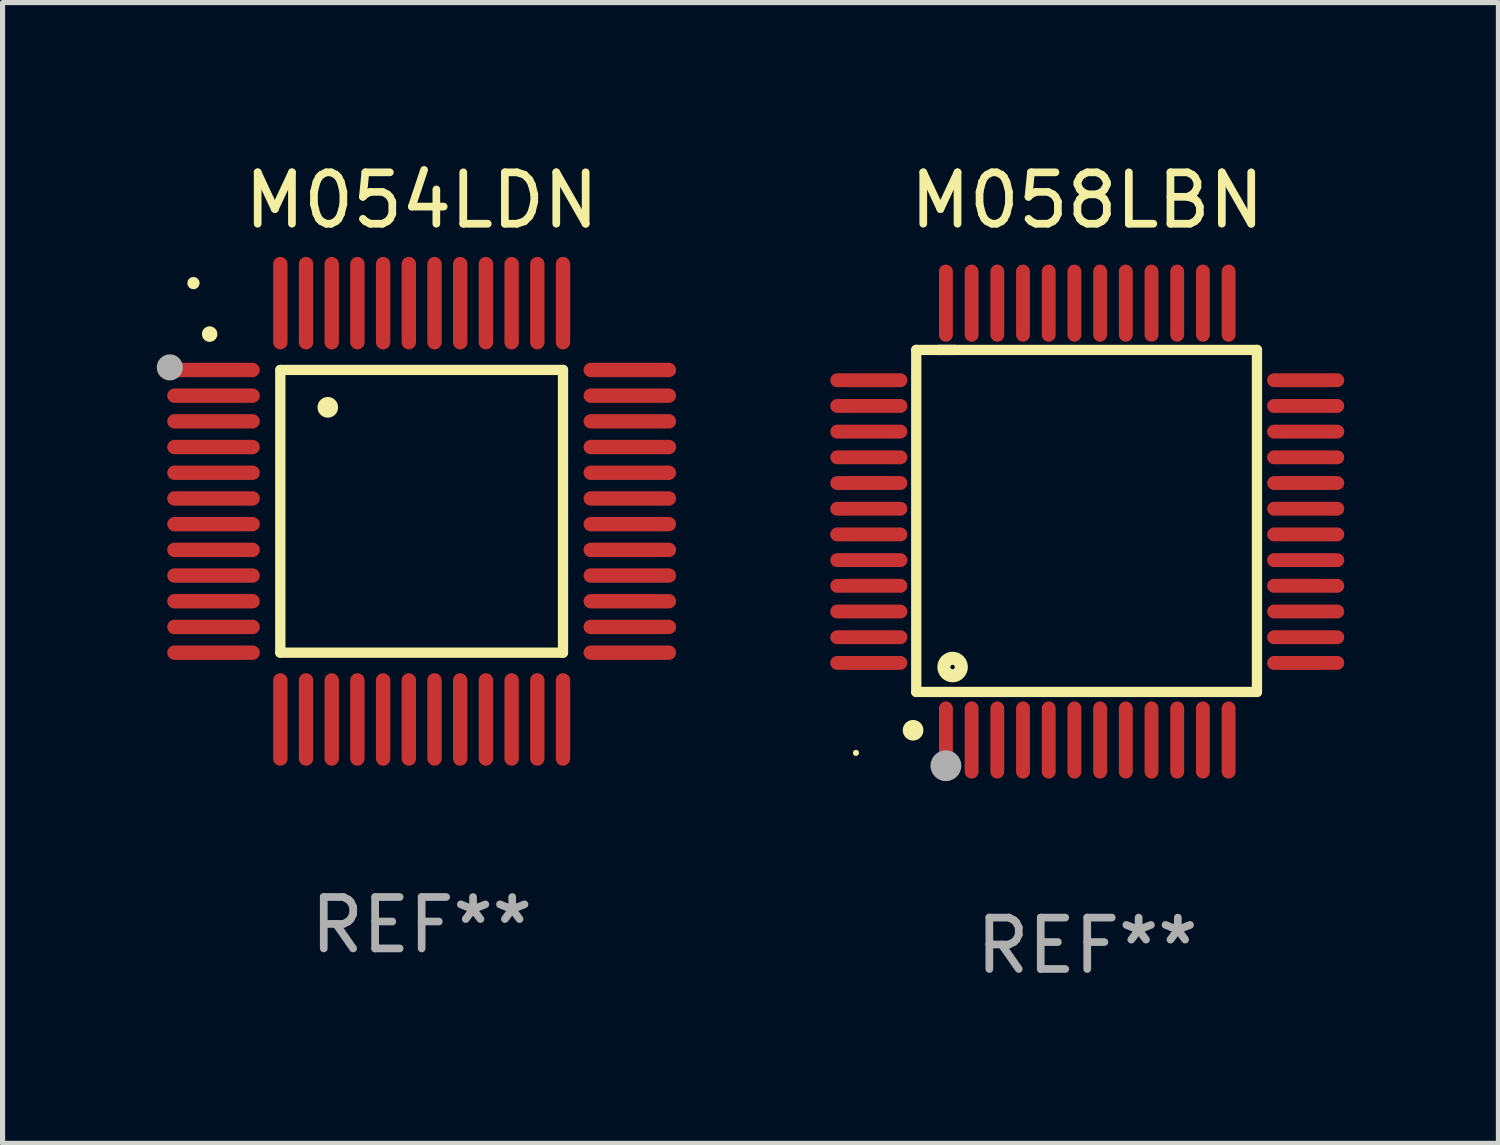
<source format=kicad_pcb>
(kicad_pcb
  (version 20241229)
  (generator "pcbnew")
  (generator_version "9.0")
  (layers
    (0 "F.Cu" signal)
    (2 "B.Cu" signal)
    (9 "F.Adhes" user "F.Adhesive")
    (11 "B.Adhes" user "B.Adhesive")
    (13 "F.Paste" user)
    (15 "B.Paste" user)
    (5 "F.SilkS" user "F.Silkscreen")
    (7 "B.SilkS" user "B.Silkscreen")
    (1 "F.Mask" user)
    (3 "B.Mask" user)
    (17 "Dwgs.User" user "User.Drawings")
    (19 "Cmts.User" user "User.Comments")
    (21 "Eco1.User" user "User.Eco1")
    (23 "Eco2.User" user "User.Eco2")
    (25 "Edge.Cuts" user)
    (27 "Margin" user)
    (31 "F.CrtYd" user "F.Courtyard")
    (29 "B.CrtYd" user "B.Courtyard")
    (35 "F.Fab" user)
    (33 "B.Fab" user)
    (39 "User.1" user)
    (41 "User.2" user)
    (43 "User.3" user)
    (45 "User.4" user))
  (footprint "M058LBN"
    (layer "F.Cu")
    (at 18.104 7.098)
    (property "Reference" "M058LBN" (at 0 -6.25 0) (layer "F.SilkS") (effects (font (size 1 1) (thickness 0.15))))
    (attr through_hole)
    (fp_line (start -3.327 -3.34) (end -2.565 -3.34) (stroke (width 0.2) (type solid)) (layer "F.SilkS"))
    (fp_line (start -3.327 3.315) (end -3.327 -3.34) (stroke (width 0.2) (type solid)) (layer "F.SilkS"))
    (fp_line (start -2.896 -3.34) (end 3.302 -3.34) (stroke (width 0.2) (type solid)) (layer "F.SilkS"))
    (fp_line (start 3.302 -3.34) (end 3.302 3.315) (stroke (width 0.2) (type solid)) (layer "F.SilkS"))
    (fp_line (start 3.302 3.315) (end -3.327 3.315) (stroke (width 0.2) (type solid)) (layer "F.SilkS"))
    (fp_arc (start -3.389992 4.059995) (mid -3.388722 4.059991) (end -3.387452 4.059995) (stroke (width 0.4) (type solid)) (layer "F.SilkS"))
    (fp_circle (center -4.5 4.5) (end -4.47 4.5) (stroke (width 0.06) (type solid)) (fill no) (layer "F.SilkS"))
    (fp_circle (center -2.62 2.83) (end -2.45 2.83) (stroke (width 0.254) (type solid)) (fill no) (layer "F.SilkS"))
    (fp_circle (center -2.75 4.75) (end -2.6 4.75) (stroke (width 0.3) (type solid)) (fill no) (layer "F.Fab"))
    (fp_text user "REF**" (at 0 8.25 0) (layer "F.Fab") (effects (font (size 1 1) (thickness 0.15))))
    (pad "1" smd oval (at -2.75 4.25) (size 0.27 1.5) (layers "F.Cu" "F.Mask" "F.Paste"))
    (pad "2" smd oval (at -2.25 4.25) (size 0.27 1.5) (layers "F.Cu" "F.Mask" "F.Paste"))
    (pad "3" smd oval (at -1.75 4.25) (size 0.27 1.5) (layers "F.Cu" "F.Mask" "F.Paste"))
    (pad "4" smd oval (at -1.25 4.25) (size 0.27 1.5) (layers "F.Cu" "F.Mask" "F.Paste"))
    (pad "5" smd oval (at -0.75 4.25) (size 0.27 1.5) (layers "F.Cu" "F.Mask" "F.Paste"))
    (pad "6" smd oval (at -0.25 4.25) (size 0.27 1.5) (layers "F.Cu" "F.Mask" "F.Paste"))
    (pad "7" smd oval (at 0.25 4.25) (size 0.27 1.5) (layers "F.Cu" "F.Mask" "F.Paste"))
    (pad "8" smd oval (at 0.75 4.25) (size 0.27 1.5) (layers "F.Cu" "F.Mask" "F.Paste"))
    (pad "9" smd oval (at 1.25 4.25) (size 0.27 1.5) (layers "F.Cu" "F.Mask" "F.Paste"))
    (pad "10" smd oval (at 1.75 4.25) (size 0.27 1.5) (layers "F.Cu" "F.Mask" "F.Paste"))
    (pad "11" smd oval (at 2.25 4.25) (size 0.27 1.5) (layers "F.Cu" "F.Mask" "F.Paste"))
    (pad "12" smd oval (at 2.75 4.25) (size 0.27 1.5) (layers "F.Cu" "F.Mask" "F.Paste"))
    (pad "13" smd oval (at 4.25 2.75) (size 1.5 0.27) (layers "F.Cu" "F.Mask" "F.Paste"))
    (pad "14" smd oval (at 4.25 2.25) (size 1.5 0.27) (layers "F.Cu" "F.Mask" "F.Paste"))
    (pad "15" smd oval (at 4.25 1.75) (size 1.5 0.27) (layers "F.Cu" "F.Mask" "F.Paste"))
    (pad "16" smd oval (at 4.25 1.25) (size 1.5 0.27) (layers "F.Cu" "F.Mask" "F.Paste"))
    (pad "17" smd oval (at 4.25 0.75) (size 1.5 0.27) (layers "F.Cu" "F.Mask" "F.Paste"))
    (pad "18" smd oval (at 4.25 0.25) (size 1.5 0.27) (layers "F.Cu" "F.Mask" "F.Paste"))
    (pad "19" smd oval (at 4.25 -0.25) (size 1.5 0.27) (layers "F.Cu" "F.Mask" "F.Paste"))
    (pad "20" smd oval (at 4.25 -0.75) (size 1.5 0.27) (layers "F.Cu" "F.Mask" "F.Paste"))
    (pad "21" smd oval (at 4.25 -1.25) (size 1.5 0.27) (layers "F.Cu" "F.Mask" "F.Paste"))
    (pad "22" smd oval (at 4.25 -1.75) (size 1.5 0.27) (layers "F.Cu" "F.Mask" "F.Paste"))
    (pad "23" smd oval (at 4.25 -2.25) (size 1.5 0.27) (layers "F.Cu" "F.Mask" "F.Paste"))
    (pad "24" smd oval (at 4.25 -2.75) (size 1.5 0.27) (layers "F.Cu" "F.Mask" "F.Paste"))
    (pad "25" smd oval (at 2.75 -4.25) (size 0.27 1.5) (layers "F.Cu" "F.Mask" "F.Paste"))
    (pad "26" smd oval (at 2.25 -4.25) (size 0.27 1.5) (layers "F.Cu" "F.Mask" "F.Paste"))
    (pad "27" smd oval (at 1.75 -4.25) (size 0.27 1.5) (layers "F.Cu" "F.Mask" "F.Paste"))
    (pad "28" smd oval (at 1.25 -4.25) (size 0.27 1.5) (layers "F.Cu" "F.Mask" "F.Paste"))
    (pad "29" smd oval (at 0.75 -4.25) (size 0.27 1.5) (layers "F.Cu" "F.Mask" "F.Paste"))
    (pad "30" smd oval (at 0.25 -4.25) (size 0.27 1.5) (layers "F.Cu" "F.Mask" "F.Paste"))
    (pad "31" smd oval (at -0.25 -4.25) (size 0.27 1.5) (layers "F.Cu" "F.Mask" "F.Paste"))
    (pad "32" smd oval (at -0.75 -4.25) (size 0.27 1.5) (layers "F.Cu" "F.Mask" "F.Paste"))
    (pad "33" smd oval (at -1.25 -4.25) (size 0.27 1.5) (layers "F.Cu" "F.Mask" "F.Paste"))
    (pad "34" smd oval (at -1.75 -4.25) (size 0.27 1.5) (layers "F.Cu" "F.Mask" "F.Paste"))
    (pad "35" smd oval (at -2.25 -4.25) (size 0.27 1.5) (layers "F.Cu" "F.Mask" "F.Paste"))
    (pad "36" smd oval (at -2.75 -4.25) (size 0.27 1.5) (layers "F.Cu" "F.Mask" "F.Paste"))
    (pad "37" smd oval (at -4.25 -2.75) (size 1.5 0.27) (layers "F.Cu" "F.Mask" "F.Paste"))
    (pad "38" smd oval (at -4.25 -2.25) (size 1.5 0.27) (layers "F.Cu" "F.Mask" "F.Paste"))
    (pad "39" smd oval (at -4.25 -1.75) (size 1.5 0.27) (layers "F.Cu" "F.Mask" "F.Paste"))
    (pad "40" smd oval (at -4.25 -1.25) (size 1.5 0.27) (layers "F.Cu" "F.Mask" "F.Paste"))
    (pad "41" smd oval (at -4.25 -0.75) (size 1.5 0.27) (layers "F.Cu" "F.Mask" "F.Paste"))
    (pad "42" smd oval (at -4.25 -0.25) (size 1.5 0.27) (layers "F.Cu" "F.Mask" "F.Paste"))
    (pad "43" smd oval (at -4.25 0.25) (size 1.5 0.27) (layers "F.Cu" "F.Mask" "F.Paste"))
    (pad "44" smd oval (at -4.25 0.75) (size 1.5 0.27) (layers "F.Cu" "F.Mask" "F.Paste"))
    (pad "45" smd oval (at -4.25 1.25) (size 1.5 0.27) (layers "F.Cu" "F.Mask" "F.Paste"))
    (pad "46" smd oval (at -4.25 1.75) (size 1.5 0.27) (layers "F.Cu" "F.Mask" "F.Paste"))
    (pad "47" smd oval (at -4.25 2.25) (size 1.5 0.27) (layers "F.Cu" "F.Mask" "F.Paste"))
    (pad "48" smd oval (at -4.25 2.75) (size 1.5 0.27) (layers "F.Cu" "F.Mask" "F.Paste")))
  (footprint "M054LDN"
    (layer "F.Cu")
    (at 5.154 6.898)
    (property "Reference" "M054LDN" (at 0 -6.05 0) (layer "F.SilkS") (effects (font (size 1 1) (thickness 0.15))))
    (attr through_hole)
    (fp_line (start -2.75 -2.75) (end 2.75 -2.75) (stroke (width 0.2) (type solid)) (layer "F.SilkS"))
    (fp_line (start -2.75 2.75) (end -2.75 -2.75) (stroke (width 0.2) (type solid)) (layer "F.SilkS"))
    (fp_line (start 2.75 -2.75) (end 2.75 2.75) (stroke (width 0.2) (type solid)) (layer "F.SilkS"))
    (fp_line (start 2.75 2.75) (end -2.75 2.75) (stroke (width 0.2) (type solid)) (layer "F.SilkS"))
    (fp_arc (start -4.124968 -3.446787) (mid -4.124973 -3.448057) (end -4.124968 -3.449327) (stroke (width 0.3) (type solid)) (layer "F.SilkS"))
    (fp_arc (start -1.826264 -2.021844) (mid -1.826268 -2.023114) (end -1.826264 -2.024384) (stroke (width 0.4) (type solid)) (layer "F.SilkS"))
    (fp_circle (center -4.44 -4.44) (end -4.38 -4.44) (stroke (width 0.12) (type solid)) (fill no) (layer "F.SilkS"))
    (fp_circle (center -4.9 -2.8) (end -4.773 -2.8) (stroke (width 0.254) (type solid)) (fill no) (layer "F.Fab"))
    (fp_text user "REF**" (at 0 8.05 0) (layer "F.Fab") (effects (font (size 1 1) (thickness 0.15))))
    (pad "1" smd oval (at -4.05 -2.75 90) (size 0.28 1.8) (layers "F.Cu" "F.Mask" "F.Paste"))
    (pad "2" smd oval (at -4.05 -2.25 90) (size 0.28 1.8) (layers "F.Cu" "F.Mask" "F.Paste"))
    (pad "3" smd oval (at -4.05 -1.75 90) (size 0.28 1.8) (layers "F.Cu" "F.Mask" "F.Paste"))
    (pad "4" smd oval (at -4.05 -1.25 90) (size 0.28 1.8) (layers "F.Cu" "F.Mask" "F.Paste"))
    (pad "5" smd oval (at -4.05 -0.75 90) (size 0.28 1.8) (layers "F.Cu" "F.Mask" "F.Paste"))
    (pad "6" smd oval (at -4.05 -0.25 90) (size 0.28 1.8) (layers "F.Cu" "F.Mask" "F.Paste"))
    (pad "7" smd oval (at -4.05 0.25 90) (size 0.28 1.8) (layers "F.Cu" "F.Mask" "F.Paste"))
    (pad "8" smd oval (at -4.05 0.75 90) (size 0.28 1.8) (layers "F.Cu" "F.Mask" "F.Paste"))
    (pad "9" smd oval (at -4.05 1.25 90) (size 0.28 1.8) (layers "F.Cu" "F.Mask" "F.Paste"))
    (pad "10" smd oval (at -4.05 1.75 90) (size 0.28 1.8) (layers "F.Cu" "F.Mask" "F.Paste"))
    (pad "11" smd oval (at -4.05 2.25 90) (size 0.28 1.8) (layers "F.Cu" "F.Mask" "F.Paste"))
    (pad "12" smd oval (at -4.05 2.75 90) (size 0.28 1.8) (layers "F.Cu" "F.Mask" "F.Paste"))
    (pad "13" smd oval (at -2.75 4.05) (size 0.28 1.8) (layers "F.Cu" "F.Mask" "F.Paste"))
    (pad "14" smd oval (at -2.25 4.05) (size 0.28 1.8) (layers "F.Cu" "F.Mask" "F.Paste"))
    (pad "15" smd oval (at -1.75 4.05) (size 0.28 1.8) (layers "F.Cu" "F.Mask" "F.Paste"))
    (pad "16" smd oval (at -1.25 4.05) (size 0.28 1.8) (layers "F.Cu" "F.Mask" "F.Paste"))
    (pad "17" smd oval (at -0.75 4.05) (size 0.28 1.8) (layers "F.Cu" "F.Mask" "F.Paste"))
    (pad "18" smd oval (at -0.25 4.05) (size 0.28 1.8) (layers "F.Cu" "F.Mask" "F.Paste"))
    (pad "19" smd oval (at 0.25 4.05) (size 0.28 1.8) (layers "F.Cu" "F.Mask" "F.Paste"))
    (pad "20" smd oval (at 0.75 4.05) (size 0.28 1.8) (layers "F.Cu" "F.Mask" "F.Paste"))
    (pad "21" smd oval (at 1.25 4.05) (size 0.28 1.8) (layers "F.Cu" "F.Mask" "F.Paste"))
    (pad "22" smd oval (at 1.75 4.05) (size 0.28 1.8) (layers "F.Cu" "F.Mask" "F.Paste"))
    (pad "23" smd oval (at 2.25 4.05) (size 0.28 1.8) (layers "F.Cu" "F.Mask" "F.Paste"))
    (pad "24" smd oval (at 2.75 4.05) (size 0.28 1.8) (layers "F.Cu" "F.Mask" "F.Paste"))
    (pad "25" smd oval (at 4.05 2.75 90) (size 0.28 1.8) (layers "F.Cu" "F.Mask" "F.Paste"))
    (pad "26" smd oval (at 4.05 2.25 90) (size 0.28 1.8) (layers "F.Cu" "F.Mask" "F.Paste"))
    (pad "27" smd oval (at 4.05 1.75 90) (size 0.28 1.8) (layers "F.Cu" "F.Mask" "F.Paste"))
    (pad "28" smd oval (at 4.05 1.25 90) (size 0.28 1.8) (layers "F.Cu" "F.Mask" "F.Paste"))
    (pad "29" smd oval (at 4.05 0.75 90) (size 0.28 1.8) (layers "F.Cu" "F.Mask" "F.Paste"))
    (pad "30" smd oval (at 4.05 0.25 90) (size 0.28 1.8) (layers "F.Cu" "F.Mask" "F.Paste"))
    (pad "31" smd oval (at 4.05 -0.25 90) (size 0.28 1.8) (layers "F.Cu" "F.Mask" "F.Paste"))
    (pad "32" smd oval (at 4.05 -0.75 90) (size 0.28 1.8) (layers "F.Cu" "F.Mask" "F.Paste"))
    (pad "33" smd oval (at 4.05 -1.25 90) (size 0.28 1.8) (layers "F.Cu" "F.Mask" "F.Paste"))
    (pad "34" smd oval (at 4.05 -1.75 90) (size 0.28 1.8) (layers "F.Cu" "F.Mask" "F.Paste"))
    (pad "35" smd oval (at 4.05 -2.25 90) (size 0.28 1.8) (layers "F.Cu" "F.Mask" "F.Paste"))
    (pad "36" smd oval (at 4.05 -2.75 90) (size 0.28 1.8) (layers "F.Cu" "F.Mask" "F.Paste"))
    (pad "37" smd oval (at 2.75 -4.05) (size 0.28 1.8) (layers "F.Cu" "F.Mask" "F.Paste"))
    (pad "38" smd oval (at 2.25 -4.05) (size 0.28 1.8) (layers "F.Cu" "F.Mask" "F.Paste"))
    (pad "39" smd oval (at 1.75 -4.05) (size 0.28 1.8) (layers "F.Cu" "F.Mask" "F.Paste"))
    (pad "40" smd oval (at 1.25 -4.05) (size 0.28 1.8) (layers "F.Cu" "F.Mask" "F.Paste"))
    (pad "41" smd oval (at 0.75 -4.05) (size 0.28 1.8) (layers "F.Cu" "F.Mask" "F.Paste"))
    (pad "42" smd oval (at 0.25 -4.05) (size 0.28 1.8) (layers "F.Cu" "F.Mask" "F.Paste"))
    (pad "43" smd oval (at -0.25 -4.05) (size 0.28 1.8) (layers "F.Cu" "F.Mask" "F.Paste"))
    (pad "44" smd oval (at -0.75 -4.05) (size 0.28 1.8) (layers "F.Cu" "F.Mask" "F.Paste"))
    (pad "45" smd oval (at -1.25 -4.05) (size 0.28 1.8) (layers "F.Cu" "F.Mask" "F.Paste"))
    (pad "46" smd oval (at -1.75 -4.05) (size 0.28 1.8) (layers "F.Cu" "F.Mask" "F.Paste"))
    (pad "47" smd oval (at -2.25 -4.05) (size 0.28 1.8) (layers "F.Cu" "F.Mask" "F.Paste"))
    (pad "48" smd oval (at -2.75 -4.05) (size 0.28 1.8) (layers "F.Cu" "F.Mask" "F.Paste")))
  (gr_rect
    (start -3 -3)
    (end 26.104 19.196)
    (stroke (width 0.1) (type default))
    (fill no)
    (layer "Edge.Cuts")))
</source>
